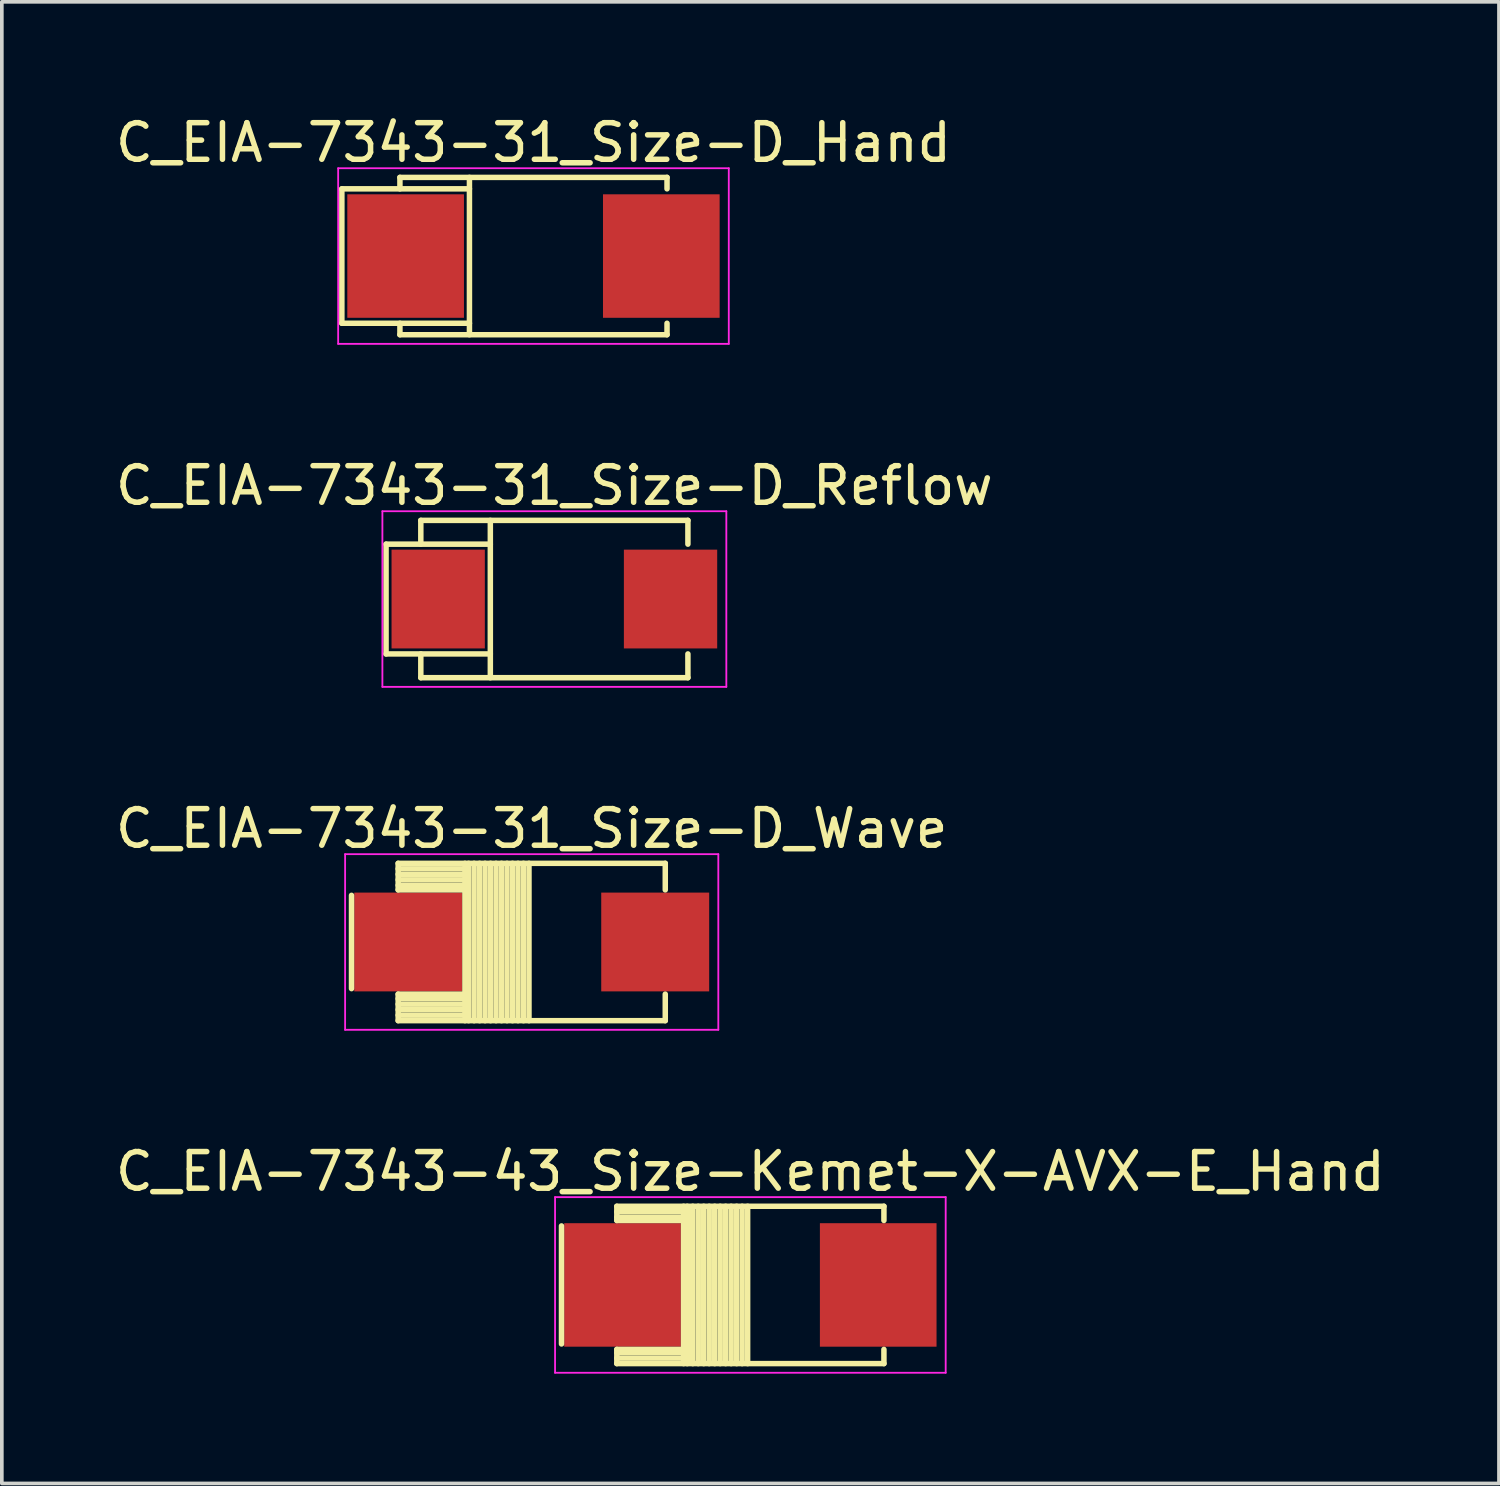
<source format=kicad_pcb>
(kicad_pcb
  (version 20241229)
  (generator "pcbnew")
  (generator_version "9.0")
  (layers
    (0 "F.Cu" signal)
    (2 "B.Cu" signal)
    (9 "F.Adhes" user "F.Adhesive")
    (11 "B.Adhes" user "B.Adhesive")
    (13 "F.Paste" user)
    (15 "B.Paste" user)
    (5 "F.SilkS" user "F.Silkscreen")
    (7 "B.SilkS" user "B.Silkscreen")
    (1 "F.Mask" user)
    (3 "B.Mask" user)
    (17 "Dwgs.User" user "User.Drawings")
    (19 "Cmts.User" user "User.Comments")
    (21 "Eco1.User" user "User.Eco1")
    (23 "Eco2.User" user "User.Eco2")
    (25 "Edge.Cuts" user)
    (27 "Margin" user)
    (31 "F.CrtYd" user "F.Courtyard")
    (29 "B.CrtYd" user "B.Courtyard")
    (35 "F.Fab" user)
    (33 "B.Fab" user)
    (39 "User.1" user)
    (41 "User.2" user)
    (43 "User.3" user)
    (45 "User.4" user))
  (footprint "C_EIA-7343-31_Size-D_Hand"
    (layer "F.Cu")
    (at 11.53 3.948)
    (property "Reference" "C_EIA-7343-31_Size-D_Hand" (at 0 -3.1 0) (layer "F.SilkS") (effects (font (size 1 1) (thickness 0.15))))
    (attr smd)
    (fp_line (start -5.237 -1.837) (end -1.75 -1.837) (stroke (width 0.15) (type solid)) (layer "F.SilkS"))
    (fp_line (start -5.237 1.837) (end -5.237 -1.837) (stroke (width 0.15) (type solid)) (layer "F.SilkS"))
    (fp_line (start -5.237 1.837) (end -1.75 1.837) (stroke (width 0.15) (type solid)) (layer "F.SilkS"))
    (fp_line (start -3.65 -2.15) (end -3.65 -1.837) (stroke (width 0.15) (type solid)) (layer "F.SilkS"))
    (fp_line (start -3.65 -2.15) (end 3.65 -2.15) (stroke (width 0.15) (type solid)) (layer "F.SilkS"))
    (fp_line (start -3.65 1.837) (end -3.65 2.15) (stroke (width 0.15) (type solid)) (layer "F.SilkS"))
    (fp_line (start -3.65 2.15) (end 3.65 2.15) (stroke (width 0.15) (type solid)) (layer "F.SilkS"))
    (fp_line (start -1.75 -2.15) (end -1.75 2.15) (stroke (width 0.15) (type solid)) (layer "F.SilkS"))
    (fp_line (start 3.65 -2.15) (end 3.65 -1.837) (stroke (width 0.15) (type solid)) (layer "F.SilkS"))
    (fp_line (start 3.65 1.837) (end 3.65 2.15) (stroke (width 0.15) (type solid)) (layer "F.SilkS"))
    (fp_line (start -5.338 -2.4) (end -5.338 2.4) (stroke (width 0.05) (type solid)) (layer "F.CrtYd"))
    (fp_line (start -5.338 -2.4) (end 5.338 -2.4) (stroke (width 0.05) (type solid)) (layer "F.CrtYd"))
    (fp_line (start -5.338 2.4) (end 5.338 2.4) (stroke (width 0.05) (type solid)) (layer "F.CrtYd"))
    (fp_line (start 5.338 -2.4) (end 5.338 2.4) (stroke (width 0.05) (type solid)) (layer "F.CrtYd"))
    (pad "1" smd rect (at -3.494 0) (size 3.188 3.375) (layers "F.Cu" "F.Mask" "F.Paste"))
    (pad "2" smd rect (at 3.494 0) (size 3.188 3.375) (layers "F.Cu" "F.Mask" "F.Paste")))
  (footprint "C_EIA-7343-43_Size-Kemet-X-AVX-E_Hand"
    (layer "F.Cu")
    (at 17.458 32.068)
    (property "Reference" "C_EIA-7343-43_Size-Kemet-X-AVX-E_Hand" (at 0 -3.1 0) (layer "F.SilkS") (effects (font (size 1 1) (thickness 0.15))))
    (attr smd)
    (fp_line (start -5.162 1.613) (end -5.162 -1.613) (stroke (width 0.15) (type solid)) (layer "F.SilkS"))
    (fp_line (start -3.65 -2.15) (end -3.65 -1.762) (stroke (width 0.15) (type solid)) (layer "F.SilkS"))
    (fp_line (start -3.65 -2.15) (end 3.65 -2.15) (stroke (width 0.15) (type solid)) (layer "F.SilkS"))
    (fp_line (start -3.65 -2) (end -1.9 -2) (stroke (width 0.15) (type solid)) (layer "F.SilkS"))
    (fp_line (start -3.65 -1.85) (end -1.9 -1.85) (stroke (width 0.15) (type solid)) (layer "F.SilkS"))
    (fp_line (start -3.65 -1.762) (end -1.9 -1.762) (stroke (width 0.15) (type solid)) (layer "F.SilkS"))
    (fp_line (start -3.65 1.762) (end -3.65 2.15) (stroke (width 0.15) (type solid)) (layer "F.SilkS"))
    (fp_line (start -3.65 1.762) (end -1.9 1.762) (stroke (width 0.15) (type solid)) (layer "F.SilkS"))
    (fp_line (start -3.65 1.85) (end -1.9 1.85) (stroke (width 0.15) (type solid)) (layer "F.SilkS"))
    (fp_line (start -3.65 2) (end -1.9 2) (stroke (width 0.15) (type solid)) (layer "F.SilkS"))
    (fp_line (start -3.65 2.15) (end 3.65 2.15) (stroke (width 0.15) (type solid)) (layer "F.SilkS"))
    (fp_line (start -1.825 -2.15) (end -1.825 2.15) (stroke (width 0.15) (type solid)) (layer "F.SilkS"))
    (fp_line (start -1.725 -2.15) (end -1.725 2.15) (stroke (width 0.15) (type solid)) (layer "F.SilkS"))
    (fp_line (start -1.575 -2.15) (end -1.575 2.15) (stroke (width 0.15) (type solid)) (layer "F.SilkS"))
    (fp_line (start -1.425 -2.15) (end -1.425 2.15) (stroke (width 0.15) (type solid)) (layer "F.SilkS"))
    (fp_line (start -1.275 -2.15) (end -1.275 2.15) (stroke (width 0.15) (type solid)) (layer "F.SilkS"))
    (fp_line (start -1.125 -2.15) (end -1.125 2.15) (stroke (width 0.15) (type solid)) (layer "F.SilkS"))
    (fp_line (start -0.975 -2.15) (end -0.975 2.15) (stroke (width 0.15) (type solid)) (layer "F.SilkS"))
    (fp_line (start -0.825 -2.15) (end -0.825 2.15) (stroke (width 0.15) (type solid)) (layer "F.SilkS"))
    (fp_line (start -0.675 -2.15) (end -0.675 2.15) (stroke (width 0.15) (type solid)) (layer "F.SilkS"))
    (fp_line (start -0.525 -2.15) (end -0.525 2.15) (stroke (width 0.15) (type solid)) (layer "F.SilkS"))
    (fp_line (start -0.375 -2.15) (end -0.375 2.15) (stroke (width 0.15) (type solid)) (layer "F.SilkS"))
    (fp_line (start -0.225 -2.15) (end -0.225 2.15) (stroke (width 0.15) (type solid)) (layer "F.SilkS"))
    (fp_line (start -0.075 -2.15) (end -0.075 2.15) (stroke (width 0.15) (type solid)) (layer "F.SilkS"))
    (fp_line (start 3.65 -2.15) (end 3.65 -1.762) (stroke (width 0.15) (type solid)) (layer "F.SilkS"))
    (fp_line (start 3.65 1.762) (end 3.65 2.15) (stroke (width 0.15) (type solid)) (layer "F.SilkS"))
    (fp_line (start -5.338 -2.4) (end -5.338 2.4) (stroke (width 0.05) (type solid)) (layer "F.CrtYd"))
    (fp_line (start -5.338 -2.4) (end 5.338 -2.4) (stroke (width 0.05) (type solid)) (layer "F.CrtYd"))
    (fp_line (start -5.338 2.4) (end 5.338 2.4) (stroke (width 0.05) (type solid)) (layer "F.CrtYd"))
    (fp_line (start 5.338 -2.4) (end 5.338 2.4) (stroke (width 0.05) (type solid)) (layer "F.CrtYd"))
    (pad "1" smd rect (at -3.494 0) (size 3.188 3.375) (layers "F.Cu" "F.Mask" "F.Paste"))
    (pad "2" smd rect (at 3.494 0) (size 3.188 3.375) (layers "F.Cu" "F.Mask" "F.Paste")))
  (footprint "C_EIA-7343-31_Size-D_Reflow"
    (layer "F.Cu")
    (at 12.101 13.322)
    (property "Reference" "C_EIA-7343-31_Size-D_Reflow" (at 0 -3.1 0) (layer "F.SilkS") (effects (font (size 1 1) (thickness 0.15))))
    (attr smd)
    (fp_line (start -4.6 -1.5) (end -1.75 -1.5) (stroke (width 0.15) (type solid)) (layer "F.SilkS"))
    (fp_line (start -4.6 1.5) (end -4.6 -1.5) (stroke (width 0.15) (type solid)) (layer "F.SilkS"))
    (fp_line (start -4.6 1.5) (end -1.75 1.5) (stroke (width 0.15) (type solid)) (layer "F.SilkS"))
    (fp_line (start -3.65 -2.15) (end -3.65 -1.5) (stroke (width 0.15) (type solid)) (layer "F.SilkS"))
    (fp_line (start -3.65 -2.15) (end 3.65 -2.15) (stroke (width 0.15) (type solid)) (layer "F.SilkS"))
    (fp_line (start -3.65 1.5) (end -3.65 2.15) (stroke (width 0.15) (type solid)) (layer "F.SilkS"))
    (fp_line (start -3.65 2.15) (end 3.65 2.15) (stroke (width 0.15) (type solid)) (layer "F.SilkS"))
    (fp_line (start -1.75 -2.15) (end -1.75 2.15) (stroke (width 0.15) (type solid)) (layer "F.SilkS"))
    (fp_line (start 3.65 -2.15) (end 3.65 -1.5) (stroke (width 0.15) (type solid)) (layer "F.SilkS"))
    (fp_line (start 3.65 1.5) (end 3.65 2.15) (stroke (width 0.15) (type solid)) (layer "F.SilkS"))
    (fp_line (start -4.7 -2.4) (end -4.7 2.4) (stroke (width 0.05) (type solid)) (layer "F.CrtYd"))
    (fp_line (start -4.7 -2.4) (end 4.7 -2.4) (stroke (width 0.05) (type solid)) (layer "F.CrtYd"))
    (fp_line (start -4.7 2.4) (end 4.7 2.4) (stroke (width 0.05) (type solid)) (layer "F.CrtYd"))
    (fp_line (start 4.7 -2.4) (end 4.7 2.4) (stroke (width 0.05) (type solid)) (layer "F.CrtYd"))
    (pad "1" smd rect (at -3.175 0) (size 2.55 2.7) (layers "F.Cu" "F.Mask" "F.Paste"))
    (pad "2" smd rect (at 3.175 0) (size 2.55 2.7) (layers "F.Cu" "F.Mask" "F.Paste")))
  (footprint "C_EIA-7343-31_Size-D_Wave"
    (layer "F.Cu")
    (at 11.482 22.695)
    (property "Reference" "C_EIA-7343-31_Size-D_Wave" (at 0 -3.1 0) (layer "F.SilkS") (effects (font (size 1 1) (thickness 0.15))))
    (attr smd)
    (fp_line (start -4.925 1.275) (end -4.925 -1.275) (stroke (width 0.15) (type solid)) (layer "F.SilkS"))
    (fp_line (start -3.65 -2.15) (end -3.65 -1.425) (stroke (width 0.15) (type solid)) (layer "F.SilkS"))
    (fp_line (start -3.65 -2.15) (end 3.65 -2.15) (stroke (width 0.15) (type solid)) (layer "F.SilkS"))
    (fp_line (start -3.65 -2) (end -1.9 -2) (stroke (width 0.15) (type solid)) (layer "F.SilkS"))
    (fp_line (start -3.65 -1.85) (end -1.9 -1.85) (stroke (width 0.15) (type solid)) (layer "F.SilkS"))
    (fp_line (start -3.65 -1.7) (end -1.9 -1.7) (stroke (width 0.15) (type solid)) (layer "F.SilkS"))
    (fp_line (start -3.65 -1.55) (end -1.9 -1.55) (stroke (width 0.15) (type solid)) (layer "F.SilkS"))
    (fp_line (start -3.65 -1.425) (end -1.9 -1.425) (stroke (width 0.15) (type solid)) (layer "F.SilkS"))
    (fp_line (start -3.65 1.425) (end -3.65 2.15) (stroke (width 0.15) (type solid)) (layer "F.SilkS"))
    (fp_line (start -3.65 1.425) (end -1.9 1.425) (stroke (width 0.15) (type solid)) (layer "F.SilkS"))
    (fp_line (start -3.65 1.55) (end -1.9 1.55) (stroke (width 0.15) (type solid)) (layer "F.SilkS"))
    (fp_line (start -3.65 1.7) (end -1.9 1.7) (stroke (width 0.15) (type solid)) (layer "F.SilkS"))
    (fp_line (start -3.65 1.85) (end -1.9 1.85) (stroke (width 0.15) (type solid)) (layer "F.SilkS"))
    (fp_line (start -3.65 2) (end -1.9 2) (stroke (width 0.15) (type solid)) (layer "F.SilkS"))
    (fp_line (start -3.65 2.15) (end 3.65 2.15) (stroke (width 0.15) (type solid)) (layer "F.SilkS"))
    (fp_line (start -1.825 -2.15) (end -1.825 2.15) (stroke (width 0.15) (type solid)) (layer "F.SilkS"))
    (fp_line (start -1.725 -2.15) (end -1.725 2.15) (stroke (width 0.15) (type solid)) (layer "F.SilkS"))
    (fp_line (start -1.575 -2.15) (end -1.575 2.15) (stroke (width 0.15) (type solid)) (layer "F.SilkS"))
    (fp_line (start -1.425 -2.15) (end -1.425 2.15) (stroke (width 0.15) (type solid)) (layer "F.SilkS"))
    (fp_line (start -1.275 -2.15) (end -1.275 2.15) (stroke (width 0.15) (type solid)) (layer "F.SilkS"))
    (fp_line (start -1.125 -2.15) (end -1.125 2.15) (stroke (width 0.15) (type solid)) (layer "F.SilkS"))
    (fp_line (start -0.975 -2.15) (end -0.975 2.15) (stroke (width 0.15) (type solid)) (layer "F.SilkS"))
    (fp_line (start -0.825 -2.15) (end -0.825 2.15) (stroke (width 0.15) (type solid)) (layer "F.SilkS"))
    (fp_line (start -0.675 -2.15) (end -0.675 2.15) (stroke (width 0.15) (type solid)) (layer "F.SilkS"))
    (fp_line (start -0.525 -2.15) (end -0.525 2.15) (stroke (width 0.15) (type solid)) (layer "F.SilkS"))
    (fp_line (start -0.375 -2.15) (end -0.375 2.15) (stroke (width 0.15) (type solid)) (layer "F.SilkS"))
    (fp_line (start -0.225 -2.15) (end -0.225 2.15) (stroke (width 0.15) (type solid)) (layer "F.SilkS"))
    (fp_line (start -0.075 -2.15) (end -0.075 2.15) (stroke (width 0.15) (type solid)) (layer "F.SilkS"))
    (fp_line (start 3.65 -2.15) (end 3.65 -1.425) (stroke (width 0.15) (type solid)) (layer "F.SilkS"))
    (fp_line (start 3.65 1.425) (end 3.65 2.15) (stroke (width 0.15) (type solid)) (layer "F.SilkS"))
    (fp_line (start -5.1 -2.4) (end -5.1 2.4) (stroke (width 0.05) (type solid)) (layer "F.CrtYd"))
    (fp_line (start -5.1 -2.4) (end 5.1 -2.4) (stroke (width 0.05) (type solid)) (layer "F.CrtYd"))
    (fp_line (start -5.1 2.4) (end 5.1 2.4) (stroke (width 0.05) (type solid)) (layer "F.CrtYd"))
    (fp_line (start 5.1 -2.4) (end 5.1 2.4) (stroke (width 0.05) (type solid)) (layer "F.CrtYd"))
    (pad "1" smd rect (at -3.375 0) (size 2.95 2.7) (layers "F.Cu" "F.Mask" "F.Paste"))
    (pad "2" smd rect (at 3.375 0) (size 2.95 2.7) (layers "F.Cu" "F.Mask" "F.Paste")))
  (gr_rect
    (start -3 -3)
    (end 37.917 37.493)
    (stroke (width 0.1) (type default))
    (fill no)
    (layer "Edge.Cuts")))
</source>
